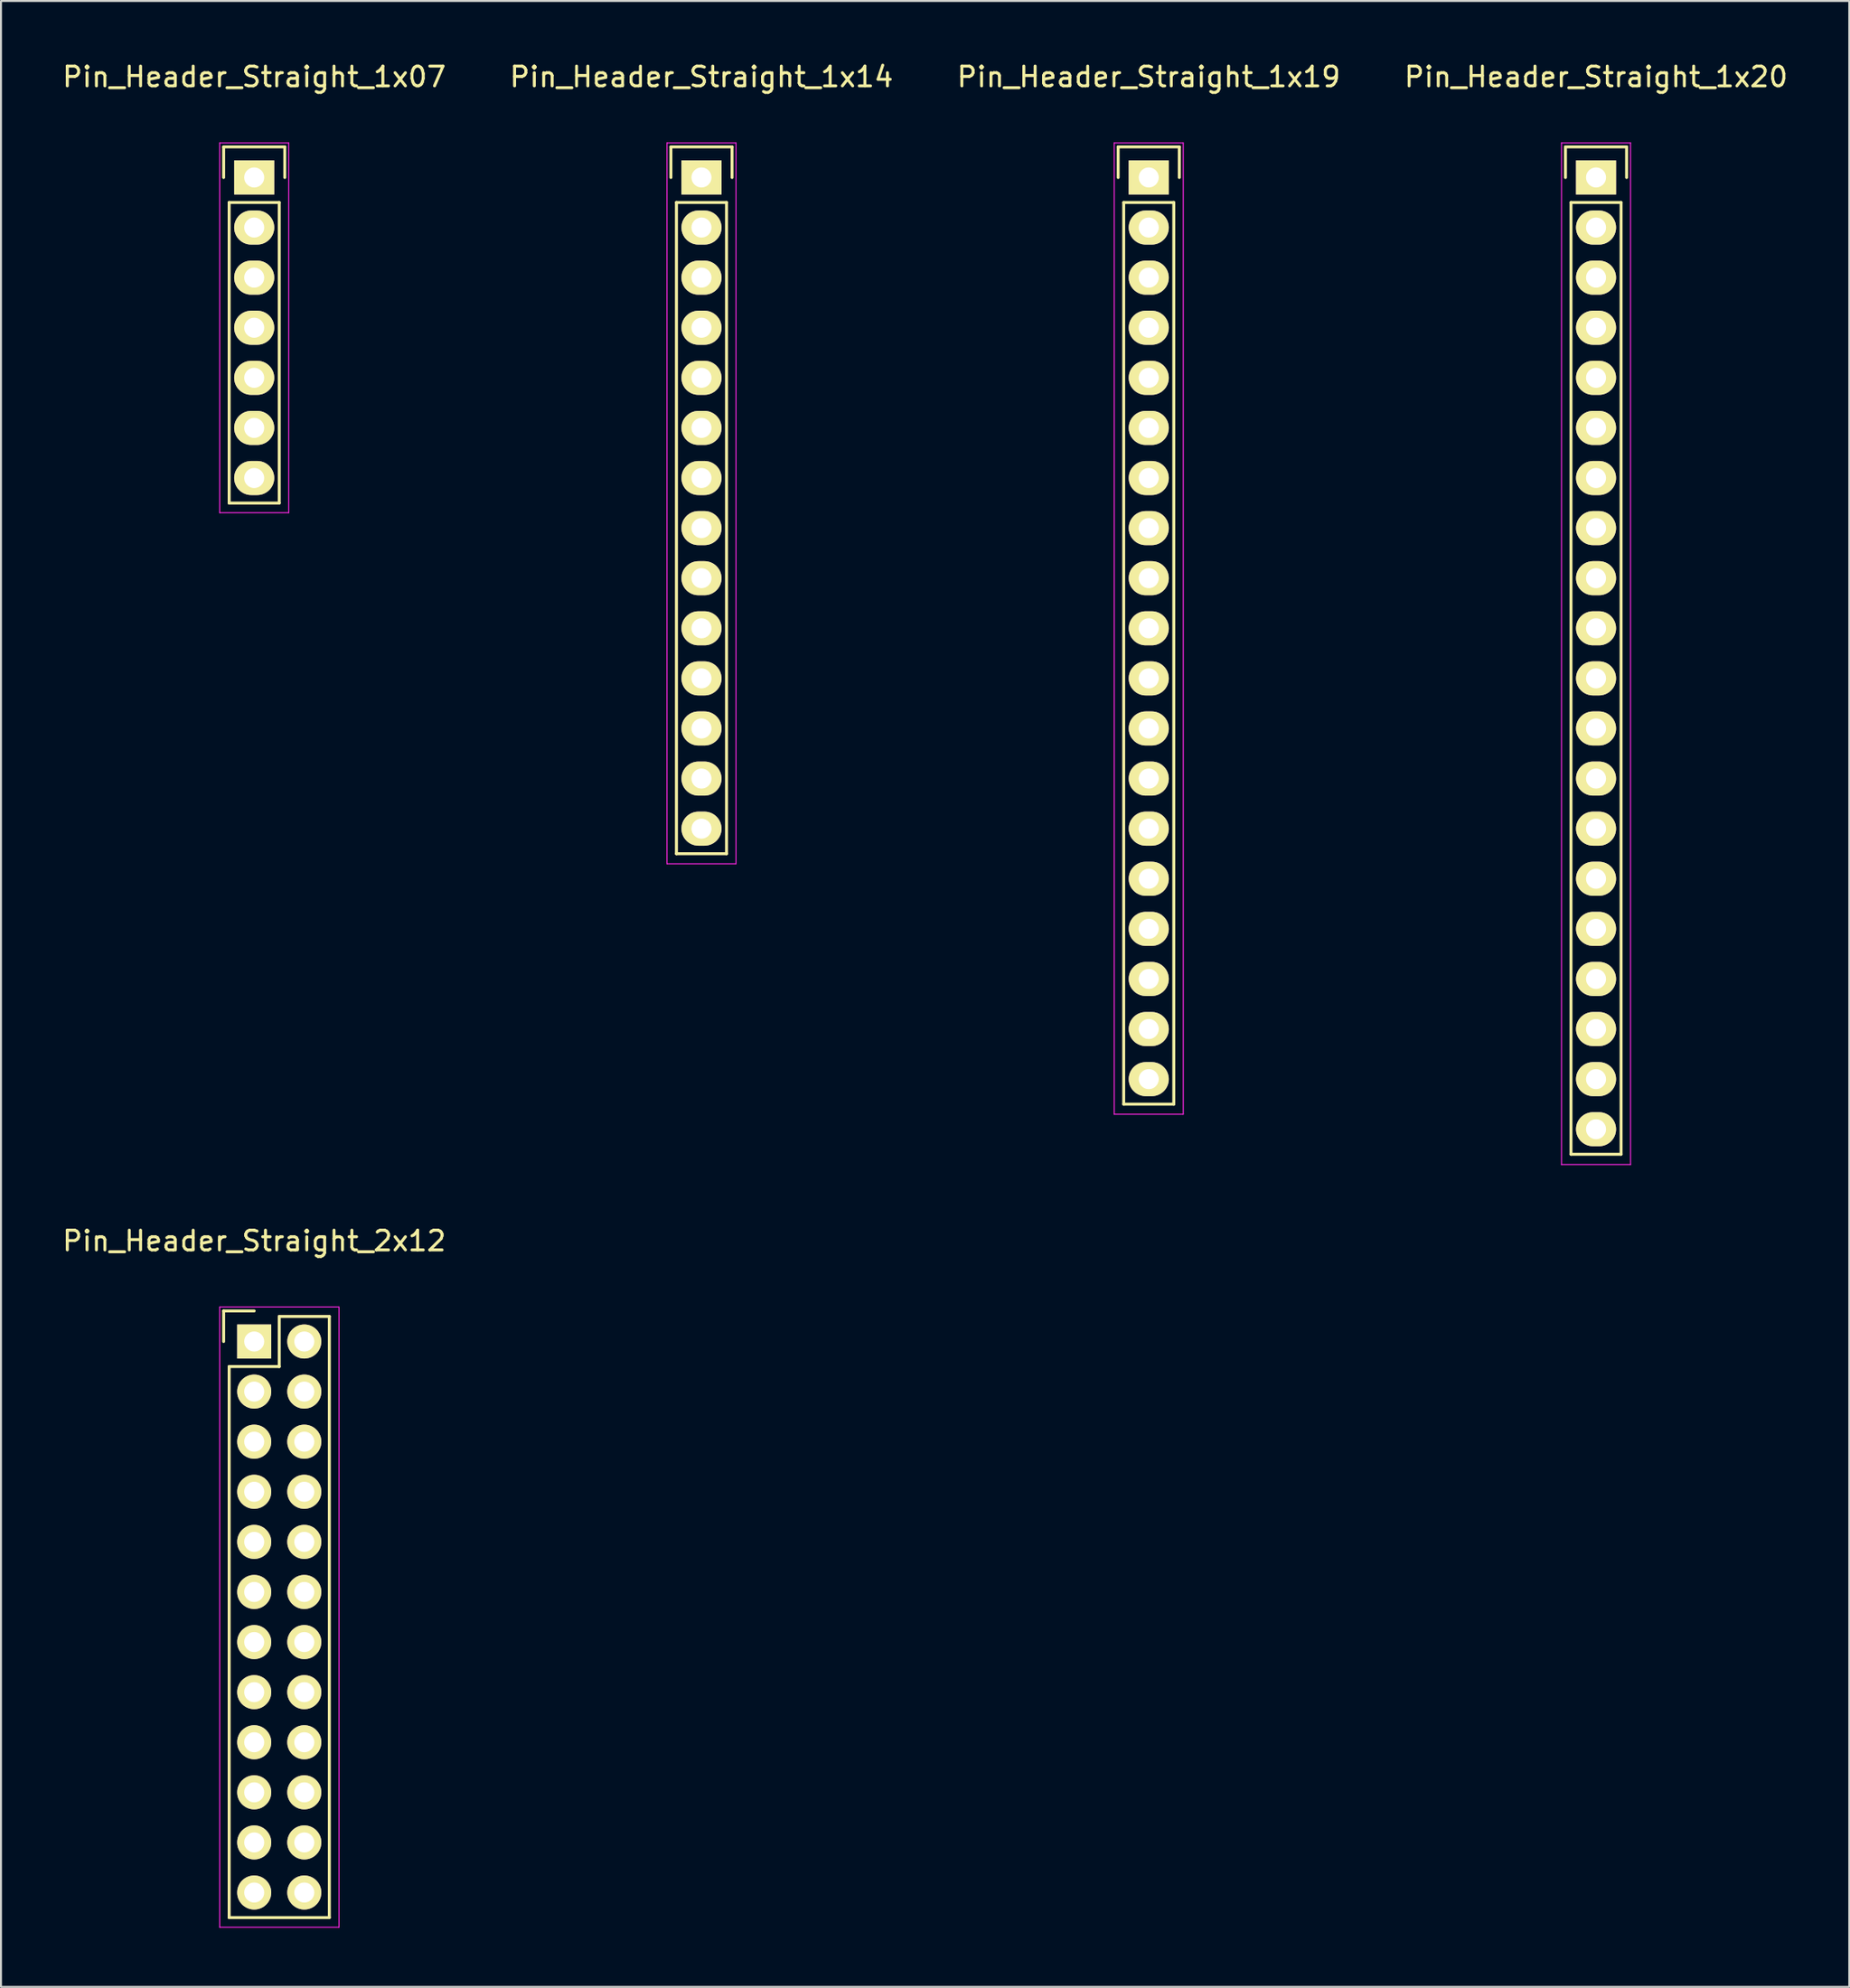
<source format=kicad_pcb>
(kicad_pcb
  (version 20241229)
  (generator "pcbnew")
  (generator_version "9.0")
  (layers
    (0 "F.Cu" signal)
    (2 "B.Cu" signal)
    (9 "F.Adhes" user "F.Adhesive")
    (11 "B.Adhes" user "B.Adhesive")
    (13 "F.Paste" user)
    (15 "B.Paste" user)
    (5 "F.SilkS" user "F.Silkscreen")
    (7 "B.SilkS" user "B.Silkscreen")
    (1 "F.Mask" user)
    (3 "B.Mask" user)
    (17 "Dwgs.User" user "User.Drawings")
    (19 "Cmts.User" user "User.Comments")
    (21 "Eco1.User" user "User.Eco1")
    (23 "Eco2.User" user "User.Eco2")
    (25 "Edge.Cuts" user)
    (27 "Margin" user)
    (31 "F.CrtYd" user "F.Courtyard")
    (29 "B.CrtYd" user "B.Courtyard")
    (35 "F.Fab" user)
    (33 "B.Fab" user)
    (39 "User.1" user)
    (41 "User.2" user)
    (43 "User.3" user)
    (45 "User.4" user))
  (footprint "Pin_Header_Straight_1x14"
    (layer "F.Cu")
    (at 32.518 5.948)
    (property "Reference" "Pin_Header_Straight_1x14" (at 0 -5.1 0) (layer "F.SilkS") (effects (font (size 1 1) (thickness 0.15))))
    (attr through_hole)
    (fp_line (start -1.55 -1.55) (end 1.55 -1.55) (stroke (width 0.15) (type solid)) (layer "F.SilkS"))
    (fp_line (start -1.55 0) (end -1.55 -1.55) (stroke (width 0.15) (type solid)) (layer "F.SilkS"))
    (fp_line (start -1.27 1.27) (end -1.27 34.29) (stroke (width 0.15) (type solid)) (layer "F.SilkS"))
    (fp_line (start -1.27 34.29) (end 1.27 34.29) (stroke (width 0.15) (type solid)) (layer "F.SilkS"))
    (fp_line (start 1.27 1.27) (end -1.27 1.27) (stroke (width 0.15) (type solid)) (layer "F.SilkS"))
    (fp_line (start 1.27 34.29) (end 1.27 1.27) (stroke (width 0.15) (type solid)) (layer "F.SilkS"))
    (fp_line (start 1.55 -1.55) (end 1.55 0) (stroke (width 0.15) (type solid)) (layer "F.SilkS"))
    (fp_line (start -1.75 -1.75) (end -1.75 34.8) (stroke (width 0.05) (type solid)) (layer "F.CrtYd"))
    (fp_line (start -1.75 -1.75) (end 1.75 -1.75) (stroke (width 0.05) (type solid)) (layer "F.CrtYd"))
    (fp_line (start -1.75 34.8) (end 1.75 34.8) (stroke (width 0.05) (type solid)) (layer "F.CrtYd"))
    (fp_line (start 1.75 -1.75) (end 1.75 34.8) (stroke (width 0.05) (type solid)) (layer "F.CrtYd"))
    (pad "1" thru_hole rect (at 0 0) (size 2.032 1.727) (drill 1.016) (layers "*.Cu" "*.Mask" "F.SilkS"))
    (pad "2" thru_hole oval (at 0 2.54) (size 2.032 1.727) (drill 1.016) (layers "*.Cu" "*.Mask" "F.SilkS"))
    (pad "3" thru_hole oval (at 0 5.08) (size 2.032 1.727) (drill 1.016) (layers "*.Cu" "*.Mask" "F.SilkS"))
    (pad "4" thru_hole oval (at 0 7.62) (size 2.032 1.727) (drill 1.016) (layers "*.Cu" "*.Mask" "F.SilkS"))
    (pad "5" thru_hole oval (at 0 10.16) (size 2.032 1.727) (drill 1.016) (layers "*.Cu" "*.Mask" "F.SilkS"))
    (pad "6" thru_hole oval (at 0 12.7) (size 2.032 1.727) (drill 1.016) (layers "*.Cu" "*.Mask" "F.SilkS"))
    (pad "7" thru_hole oval (at 0 15.24) (size 2.032 1.727) (drill 1.016) (layers "*.Cu" "*.Mask" "F.SilkS"))
    (pad "8" thru_hole oval (at 0 17.78) (size 2.032 1.727) (drill 1.016) (layers "*.Cu" "*.Mask" "F.SilkS"))
    (pad "9" thru_hole oval (at 0 20.32) (size 2.032 1.727) (drill 1.016) (layers "*.Cu" "*.Mask" "F.SilkS"))
    (pad "10" thru_hole oval (at 0 22.86) (size 2.032 1.727) (drill 1.016) (layers "*.Cu" "*.Mask" "F.SilkS"))
    (pad "11" thru_hole oval (at 0 25.4) (size 2.032 1.727) (drill 1.016) (layers "*.Cu" "*.Mask" "F.SilkS"))
    (pad "12" thru_hole oval (at 0 27.94) (size 2.032 1.727) (drill 1.016) (layers "*.Cu" "*.Mask" "F.SilkS"))
    (pad "13" thru_hole oval (at 0 30.48) (size 2.032 1.727) (drill 1.016) (layers "*.Cu" "*.Mask" "F.SilkS"))
    (pad "14" thru_hole oval (at 0 33.02) (size 2.032 1.727) (drill 1.016) (layers "*.Cu" "*.Mask" "F.SilkS")))
  (footprint "Pin_Header_Straight_1x07"
    (layer "F.Cu")
    (at 9.839 5.948)
    (property "Reference" "Pin_Header_Straight_1x07" (at 0 -5.1 0) (layer "F.SilkS") (effects (font (size 1 1) (thickness 0.15))))
    (attr through_hole)
    (fp_line (start -1.55 -1.55) (end 1.55 -1.55) (stroke (width 0.15) (type solid)) (layer "F.SilkS"))
    (fp_line (start -1.55 0) (end -1.55 -1.55) (stroke (width 0.15) (type solid)) (layer "F.SilkS"))
    (fp_line (start -1.27 16.51) (end -1.27 1.27) (stroke (width 0.15) (type solid)) (layer "F.SilkS"))
    (fp_line (start 1.27 1.27) (end -1.27 1.27) (stroke (width 0.15) (type solid)) (layer "F.SilkS"))
    (fp_line (start 1.27 1.27) (end 1.27 16.51) (stroke (width 0.15) (type solid)) (layer "F.SilkS"))
    (fp_line (start 1.27 16.51) (end -1.27 16.51) (stroke (width 0.15) (type solid)) (layer "F.SilkS"))
    (fp_line (start 1.55 -1.55) (end 1.55 0) (stroke (width 0.15) (type solid)) (layer "F.SilkS"))
    (fp_line (start -1.75 -1.75) (end -1.75 17) (stroke (width 0.05) (type solid)) (layer "F.CrtYd"))
    (fp_line (start -1.75 -1.75) (end 1.75 -1.75) (stroke (width 0.05) (type solid)) (layer "F.CrtYd"))
    (fp_line (start -1.75 17) (end 1.75 17) (stroke (width 0.05) (type solid)) (layer "F.CrtYd"))
    (fp_line (start 1.75 -1.75) (end 1.75 17) (stroke (width 0.05) (type solid)) (layer "F.CrtYd"))
    (pad "1" thru_hole rect (at 0 0) (size 2.032 1.727) (drill 1.016) (layers "*.Cu" "*.Mask" "F.SilkS"))
    (pad "2" thru_hole oval (at 0 2.54) (size 2.032 1.727) (drill 1.016) (layers "*.Cu" "*.Mask" "F.SilkS"))
    (pad "3" thru_hole oval (at 0 5.08) (size 2.032 1.727) (drill 1.016) (layers "*.Cu" "*.Mask" "F.SilkS"))
    (pad "4" thru_hole oval (at 0 7.62) (size 2.032 1.727) (drill 1.016) (layers "*.Cu" "*.Mask" "F.SilkS"))
    (pad "5" thru_hole oval (at 0 10.16) (size 2.032 1.727) (drill 1.016) (layers "*.Cu" "*.Mask" "F.SilkS"))
    (pad "6" thru_hole oval (at 0 12.7) (size 2.032 1.727) (drill 1.016) (layers "*.Cu" "*.Mask" "F.SilkS"))
    (pad "7" thru_hole oval (at 0 15.24) (size 2.032 1.727) (drill 1.016) (layers "*.Cu" "*.Mask" "F.SilkS")))
  (footprint "Pin_Header_Straight_2x12"
    (layer "F.Cu")
    (at 9.839 64.972)
    (property "Reference" "Pin_Header_Straight_2x12" (at 0 -5.1 0) (layer "F.SilkS") (effects (font (size 1 1) (thickness 0.15))))
    (attr through_hole)
    (fp_line (start -1.55 -1.55) (end -1.55 0) (stroke (width 0.15) (type solid)) (layer "F.SilkS"))
    (fp_line (start -1.27 1.27) (end -1.27 29.21) (stroke (width 0.15) (type solid)) (layer "F.SilkS"))
    (fp_line (start 0 -1.55) (end -1.55 -1.55) (stroke (width 0.15) (type solid)) (layer "F.SilkS"))
    (fp_line (start 1.27 -1.27) (end 1.27 1.27) (stroke (width 0.15) (type solid)) (layer "F.SilkS"))
    (fp_line (start 1.27 1.27) (end -1.27 1.27) (stroke (width 0.15) (type solid)) (layer "F.SilkS"))
    (fp_line (start 3.81 -1.27) (end 1.27 -1.27) (stroke (width 0.15) (type solid)) (layer "F.SilkS"))
    (fp_line (start 3.81 29.21) (end -1.27 29.21) (stroke (width 0.15) (type solid)) (layer "F.SilkS"))
    (fp_line (start 3.81 29.21) (end 3.81 -1.27) (stroke (width 0.15) (type solid)) (layer "F.SilkS"))
    (fp_line (start -1.75 -1.75) (end -1.75 29.7) (stroke (width 0.05) (type solid)) (layer "F.CrtYd"))
    (fp_line (start -1.75 -1.75) (end 4.3 -1.75) (stroke (width 0.05) (type solid)) (layer "F.CrtYd"))
    (fp_line (start -1.75 29.7) (end 4.3 29.7) (stroke (width 0.05) (type solid)) (layer "F.CrtYd"))
    (fp_line (start 4.3 -1.75) (end 4.3 29.7) (stroke (width 0.05) (type solid)) (layer "F.CrtYd"))
    (pad "1" thru_hole rect (at 0 0) (size 1.727 1.727) (drill 1.016) (layers "*.Cu" "*.Mask" "F.SilkS"))
    (pad "2" thru_hole oval (at 2.54 0) (size 1.727 1.727) (drill 1.016) (layers "*.Cu" "*.Mask" "F.SilkS"))
    (pad "3" thru_hole oval (at 0 2.54) (size 1.727 1.727) (drill 1.016) (layers "*.Cu" "*.Mask" "F.SilkS"))
    (pad "4" thru_hole oval (at 2.54 2.54) (size 1.727 1.727) (drill 1.016) (layers "*.Cu" "*.Mask" "F.SilkS"))
    (pad "5" thru_hole oval (at 0 5.08) (size 1.727 1.727) (drill 1.016) (layers "*.Cu" "*.Mask" "F.SilkS"))
    (pad "6" thru_hole oval (at 2.54 5.08) (size 1.727 1.727) (drill 1.016) (layers "*.Cu" "*.Mask" "F.SilkS"))
    (pad "7" thru_hole oval (at 0 7.62) (size 1.727 1.727) (drill 1.016) (layers "*.Cu" "*.Mask" "F.SilkS"))
    (pad "8" thru_hole oval (at 2.54 7.62) (size 1.727 1.727) (drill 1.016) (layers "*.Cu" "*.Mask" "F.SilkS"))
    (pad "9" thru_hole oval (at 0 10.16) (size 1.727 1.727) (drill 1.016) (layers "*.Cu" "*.Mask" "F.SilkS"))
    (pad "10" thru_hole oval (at 2.54 10.16) (size 1.727 1.727) (drill 1.016) (layers "*.Cu" "*.Mask" "F.SilkS"))
    (pad "11" thru_hole oval (at 0 12.7) (size 1.727 1.727) (drill 1.016) (layers "*.Cu" "*.Mask" "F.SilkS"))
    (pad "12" thru_hole oval (at 2.54 12.7) (size 1.727 1.727) (drill 1.016) (layers "*.Cu" "*.Mask" "F.SilkS"))
    (pad "13" thru_hole oval (at 0 15.24) (size 1.727 1.727) (drill 1.016) (layers "*.Cu" "*.Mask" "F.SilkS"))
    (pad "14" thru_hole oval (at 2.54 15.24) (size 1.727 1.727) (drill 1.016) (layers "*.Cu" "*.Mask" "F.SilkS"))
    (pad "15" thru_hole oval (at 0 17.78) (size 1.727 1.727) (drill 1.016) (layers "*.Cu" "*.Mask" "F.SilkS"))
    (pad "16" thru_hole oval (at 2.54 17.78) (size 1.727 1.727) (drill 1.016) (layers "*.Cu" "*.Mask" "F.SilkS"))
    (pad "17" thru_hole oval (at 0 20.32) (size 1.727 1.727) (drill 1.016) (layers "*.Cu" "*.Mask" "F.SilkS"))
    (pad "18" thru_hole oval (at 2.54 20.32) (size 1.727 1.727) (drill 1.016) (layers "*.Cu" "*.Mask" "F.SilkS"))
    (pad "19" thru_hole oval (at 0 22.86) (size 1.727 1.727) (drill 1.016) (layers "*.Cu" "*.Mask" "F.SilkS"))
    (pad "20" thru_hole oval (at 2.54 22.86) (size 1.727 1.727) (drill 1.016) (layers "*.Cu" "*.Mask" "F.SilkS"))
    (pad "21" thru_hole oval (at 0 25.4) (size 1.727 1.727) (drill 1.016) (layers "*.Cu" "*.Mask" "F.SilkS"))
    (pad "22" thru_hole oval (at 2.54 25.4) (size 1.727 1.727) (drill 1.016) (layers "*.Cu" "*.Mask" "F.SilkS"))
    (pad "23" thru_hole oval (at 0 27.94) (size 1.727 1.727) (drill 1.016) (layers "*.Cu" "*.Mask" "F.SilkS"))
    (pad "24" thru_hole oval (at 2.54 27.94) (size 1.727 1.727) (drill 1.016) (layers "*.Cu" "*.Mask" "F.SilkS")))
  (footprint "Pin_Header_Straight_1x20"
    (layer "F.Cu")
    (at 77.875 5.948)
    (property "Reference" "Pin_Header_Straight_1x20" (at 0 -5.1 0) (layer "F.SilkS") (effects (font (size 1 1) (thickness 0.15))))
    (attr through_hole)
    (fp_line (start -1.55 -1.55) (end 1.55 -1.55) (stroke (width 0.15) (type solid)) (layer "F.SilkS"))
    (fp_line (start -1.55 0) (end -1.55 -1.55) (stroke (width 0.15) (type solid)) (layer "F.SilkS"))
    (fp_line (start -1.27 49.53) (end -1.27 1.27) (stroke (width 0.15) (type solid)) (layer "F.SilkS"))
    (fp_line (start 1.27 1.27) (end -1.27 1.27) (stroke (width 0.15) (type solid)) (layer "F.SilkS"))
    (fp_line (start 1.27 1.27) (end 1.27 49.53) (stroke (width 0.15) (type solid)) (layer "F.SilkS"))
    (fp_line (start 1.27 49.53) (end -1.27 49.53) (stroke (width 0.15) (type solid)) (layer "F.SilkS"))
    (fp_line (start 1.55 -1.55) (end 1.55 0) (stroke (width 0.15) (type solid)) (layer "F.SilkS"))
    (fp_line (start -1.75 -1.75) (end -1.75 50.05) (stroke (width 0.05) (type solid)) (layer "F.CrtYd"))
    (fp_line (start -1.75 -1.75) (end 1.75 -1.75) (stroke (width 0.05) (type solid)) (layer "F.CrtYd"))
    (fp_line (start -1.75 50.05) (end 1.75 50.05) (stroke (width 0.05) (type solid)) (layer "F.CrtYd"))
    (fp_line (start 1.75 -1.75) (end 1.75 50.05) (stroke (width 0.05) (type solid)) (layer "F.CrtYd"))
    (pad "1" thru_hole rect (at 0 0) (size 2.032 1.727) (drill 1.016) (layers "*.Cu" "*.Mask" "F.SilkS"))
    (pad "2" thru_hole oval (at 0 2.54) (size 2.032 1.727) (drill 1.016) (layers "*.Cu" "*.Mask" "F.SilkS"))
    (pad "3" thru_hole oval (at 0 5.08) (size 2.032 1.727) (drill 1.016) (layers "*.Cu" "*.Mask" "F.SilkS"))
    (pad "4" thru_hole oval (at 0 7.62) (size 2.032 1.727) (drill 1.016) (layers "*.Cu" "*.Mask" "F.SilkS"))
    (pad "5" thru_hole oval (at 0 10.16) (size 2.032 1.727) (drill 1.016) (layers "*.Cu" "*.Mask" "F.SilkS"))
    (pad "6" thru_hole oval (at 0 12.7) (size 2.032 1.727) (drill 1.016) (layers "*.Cu" "*.Mask" "F.SilkS"))
    (pad "7" thru_hole oval (at 0 15.24) (size 2.032 1.727) (drill 1.016) (layers "*.Cu" "*.Mask" "F.SilkS"))
    (pad "8" thru_hole oval (at 0 17.78) (size 2.032 1.727) (drill 1.016) (layers "*.Cu" "*.Mask" "F.SilkS"))
    (pad "9" thru_hole oval (at 0 20.32) (size 2.032 1.727) (drill 1.016) (layers "*.Cu" "*.Mask" "F.SilkS"))
    (pad "10" thru_hole oval (at 0 22.86) (size 2.032 1.727) (drill 1.016) (layers "*.Cu" "*.Mask" "F.SilkS"))
    (pad "11" thru_hole oval (at 0 25.4) (size 2.032 1.727) (drill 1.016) (layers "*.Cu" "*.Mask" "F.SilkS"))
    (pad "12" thru_hole oval (at 0 27.94) (size 2.032 1.727) (drill 1.016) (layers "*.Cu" "*.Mask" "F.SilkS"))
    (pad "13" thru_hole oval (at 0 30.48) (size 2.032 1.727) (drill 1.016) (layers "*.Cu" "*.Mask" "F.SilkS"))
    (pad "14" thru_hole oval (at 0 33.02) (size 2.032 1.727) (drill 1.016) (layers "*.Cu" "*.Mask" "F.SilkS"))
    (pad "15" thru_hole oval (at 0 35.56) (size 2.032 1.727) (drill 1.016) (layers "*.Cu" "*.Mask" "F.SilkS"))
    (pad "16" thru_hole oval (at 0 38.1) (size 2.032 1.727) (drill 1.016) (layers "*.Cu" "*.Mask" "F.SilkS"))
    (pad "17" thru_hole oval (at 0 40.64) (size 2.032 1.727) (drill 1.016) (layers "*.Cu" "*.Mask" "F.SilkS"))
    (pad "18" thru_hole oval (at 0 43.18) (size 2.032 1.727) (drill 1.016) (layers "*.Cu" "*.Mask" "F.SilkS"))
    (pad "19" thru_hole oval (at 0 45.72) (size 2.032 1.727) (drill 1.016) (layers "*.Cu" "*.Mask" "F.SilkS"))
    (pad "20" thru_hole oval (at 0 48.26) (size 2.032 1.727) (drill 1.016) (layers "*.Cu" "*.Mask" "F.SilkS")))
  (footprint "Pin_Header_Straight_1x19"
    (layer "F.Cu")
    (at 55.196 5.948)
    (property "Reference" "Pin_Header_Straight_1x19" (at 0 -5.1 0) (layer "F.SilkS") (effects (font (size 1 1) (thickness 0.15))))
    (attr through_hole)
    (fp_line (start -1.55 -1.55) (end 1.55 -1.55) (stroke (width 0.15) (type solid)) (layer "F.SilkS"))
    (fp_line (start -1.55 0) (end -1.55 -1.55) (stroke (width 0.15) (type solid)) (layer "F.SilkS"))
    (fp_line (start -1.27 46.99) (end -1.27 1.27) (stroke (width 0.15) (type solid)) (layer "F.SilkS"))
    (fp_line (start 1.27 1.27) (end -1.27 1.27) (stroke (width 0.15) (type solid)) (layer "F.SilkS"))
    (fp_line (start 1.27 1.27) (end 1.27 46.99) (stroke (width 0.15) (type solid)) (layer "F.SilkS"))
    (fp_line (start 1.27 46.99) (end -1.27 46.99) (stroke (width 0.15) (type solid)) (layer "F.SilkS"))
    (fp_line (start 1.55 -1.55) (end 1.55 0) (stroke (width 0.15) (type solid)) (layer "F.SilkS"))
    (fp_line (start -1.75 -1.75) (end -1.75 47.5) (stroke (width 0.05) (type solid)) (layer "F.CrtYd"))
    (fp_line (start -1.75 -1.75) (end 1.75 -1.75) (stroke (width 0.05) (type solid)) (layer "F.CrtYd"))
    (fp_line (start -1.75 47.5) (end 1.75 47.5) (stroke (width 0.05) (type solid)) (layer "F.CrtYd"))
    (fp_line (start 1.75 -1.75) (end 1.75 47.5) (stroke (width 0.05) (type solid)) (layer "F.CrtYd"))
    (pad "1" thru_hole rect (at 0 0) (size 2.032 1.727) (drill 1.016) (layers "*.Cu" "*.Mask" "F.SilkS"))
    (pad "2" thru_hole oval (at 0 2.54) (size 2.032 1.727) (drill 1.016) (layers "*.Cu" "*.Mask" "F.SilkS"))
    (pad "3" thru_hole oval (at 0 5.08) (size 2.032 1.727) (drill 1.016) (layers "*.Cu" "*.Mask" "F.SilkS"))
    (pad "4" thru_hole oval (at 0 7.62) (size 2.032 1.727) (drill 1.016) (layers "*.Cu" "*.Mask" "F.SilkS"))
    (pad "5" thru_hole oval (at 0 10.16) (size 2.032 1.727) (drill 1.016) (layers "*.Cu" "*.Mask" "F.SilkS"))
    (pad "6" thru_hole oval (at 0 12.7) (size 2.032 1.727) (drill 1.016) (layers "*.Cu" "*.Mask" "F.SilkS"))
    (pad "7" thru_hole oval (at 0 15.24) (size 2.032 1.727) (drill 1.016) (layers "*.Cu" "*.Mask" "F.SilkS"))
    (pad "8" thru_hole oval (at 0 17.78) (size 2.032 1.727) (drill 1.016) (layers "*.Cu" "*.Mask" "F.SilkS"))
    (pad "9" thru_hole oval (at 0 20.32) (size 2.032 1.727) (drill 1.016) (layers "*.Cu" "*.Mask" "F.SilkS"))
    (pad "10" thru_hole oval (at 0 22.86) (size 2.032 1.727) (drill 1.016) (layers "*.Cu" "*.Mask" "F.SilkS"))
    (pad "11" thru_hole oval (at 0 25.4) (size 2.032 1.727) (drill 1.016) (layers "*.Cu" "*.Mask" "F.SilkS"))
    (pad "12" thru_hole oval (at 0 27.94) (size 2.032 1.727) (drill 1.016) (layers "*.Cu" "*.Mask" "F.SilkS"))
    (pad "13" thru_hole oval (at 0 30.48) (size 2.032 1.727) (drill 1.016) (layers "*.Cu" "*.Mask" "F.SilkS"))
    (pad "14" thru_hole oval (at 0 33.02) (size 2.032 1.727) (drill 1.016) (layers "*.Cu" "*.Mask" "F.SilkS"))
    (pad "15" thru_hole oval (at 0 35.56) (size 2.032 1.727) (drill 1.016) (layers "*.Cu" "*.Mask" "F.SilkS"))
    (pad "16" thru_hole oval (at 0 38.1) (size 2.032 1.727) (drill 1.016) (layers "*.Cu" "*.Mask" "F.SilkS"))
    (pad "17" thru_hole oval (at 0 40.64) (size 2.032 1.727) (drill 1.016) (layers "*.Cu" "*.Mask" "F.SilkS"))
    (pad "18" thru_hole oval (at 0 43.18) (size 2.032 1.727) (drill 1.016) (layers "*.Cu" "*.Mask" "F.SilkS"))
    (pad "19" thru_hole oval (at 0 45.72) (size 2.032 1.727) (drill 1.016) (layers "*.Cu" "*.Mask" "F.SilkS")))
  (gr_rect
    (start -3 -3)
    (end 90.714 97.697)
    (stroke (width 0.1) (type default))
    (fill no)
    (layer "Edge.Cuts")))
</source>
